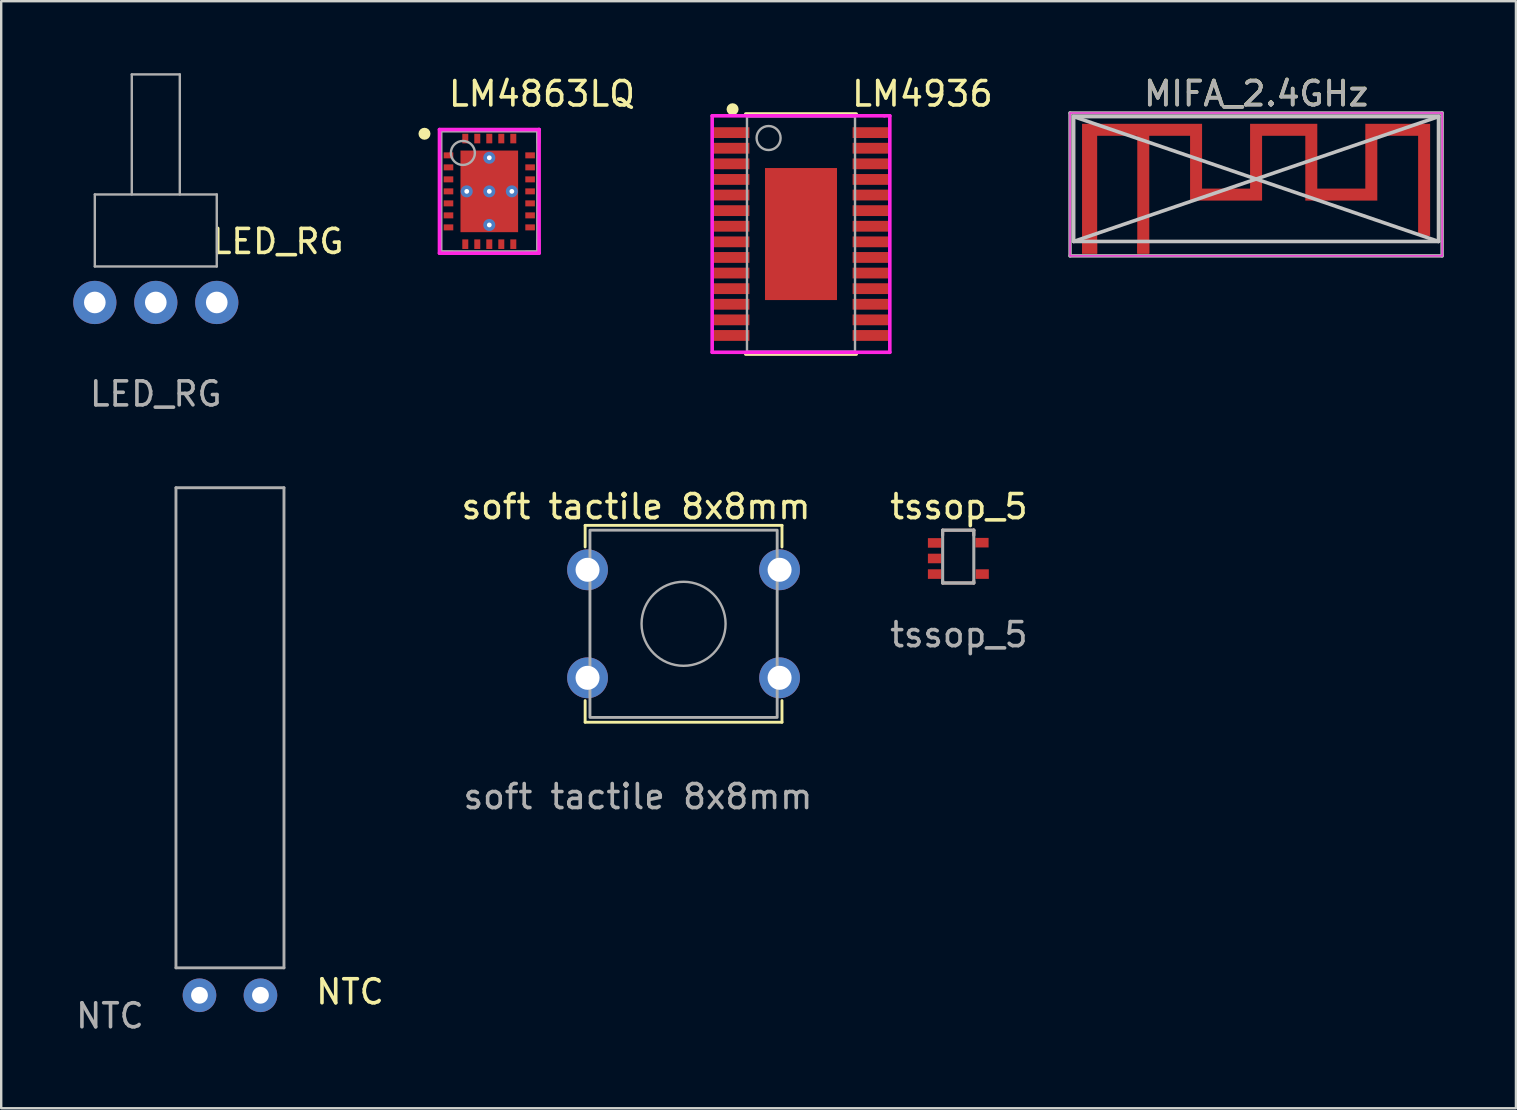
<source format=kicad_pcb>
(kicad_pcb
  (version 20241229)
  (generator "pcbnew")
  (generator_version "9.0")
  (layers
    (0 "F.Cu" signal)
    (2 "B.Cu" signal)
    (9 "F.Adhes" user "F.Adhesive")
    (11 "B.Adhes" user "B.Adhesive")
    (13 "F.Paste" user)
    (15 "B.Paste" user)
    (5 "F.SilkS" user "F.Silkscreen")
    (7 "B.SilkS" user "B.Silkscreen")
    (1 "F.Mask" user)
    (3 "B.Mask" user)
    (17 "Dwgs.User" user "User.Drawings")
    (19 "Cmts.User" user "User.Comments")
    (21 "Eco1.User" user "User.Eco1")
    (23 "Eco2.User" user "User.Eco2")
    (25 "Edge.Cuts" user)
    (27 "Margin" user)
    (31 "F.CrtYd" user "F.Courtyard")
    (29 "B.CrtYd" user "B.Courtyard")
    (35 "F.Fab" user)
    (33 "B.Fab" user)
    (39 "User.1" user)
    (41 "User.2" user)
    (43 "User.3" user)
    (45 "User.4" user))
  (footprint "LM4936"
    (layer "F.Cu")
    (at 30.318 6.7)
    (property "Reference" "LM4936" (at 2.032 -5.842 0) (layer "F.SilkS") (effects (font (size 1.016 1.016) (thickness 0.15)) (justify left)))
    (attr through_hole)
    (fp_line (start -2.3 -5) (end 2.3 -5) (stroke (width 0.15) (type solid)) (layer "F.SilkS"))
    (fp_line (start -2.3 5) (end 2.3 5) (stroke (width 0.15) (type solid)) (layer "F.SilkS"))
    (fp_circle (center -2.85 -5.2) (end -2.725 -5.2) (stroke (width 0.25) (type solid)) (fill no) (layer "F.SilkS"))
    (fp_line (start -3.7 -4.925) (end -3.7 4.925) (stroke (width 0.15) (type solid)) (layer "F.CrtYd"))
    (fp_line (start -3.7 4.925) (end 3.7 4.925) (stroke (width 0.15) (type solid)) (layer "F.CrtYd"))
    (fp_line (start 3.475 -4.925) (end -3.7 -4.925) (stroke (width 0.15) (type solid)) (layer "F.CrtYd"))
    (fp_line (start 3.7 -4.925) (end 3.475 -4.925) (stroke (width 0.15) (type solid)) (layer "F.CrtYd"))
    (fp_line (start 3.7 4.925) (end 3.7 -4.925) (stroke (width 0.15) (type solid)) (layer "F.CrtYd"))
    (fp_line (start -2.25 -4.9) (end 2.25 -4.9) (stroke (width 0.1) (type solid)) (layer "F.Fab"))
    (fp_line (start -2.25 4.9) (end -2.25 -4.9) (stroke (width 0.1) (type solid)) (layer "F.Fab"))
    (fp_line (start -2.25 4.9) (end 2.25 4.9) (stroke (width 0.1) (type solid)) (layer "F.Fab"))
    (fp_line (start 2.25 4.9) (end 2.25 -4.9) (stroke (width 0.1) (type solid)) (layer "F.Fab"))
    (fp_circle (center -1.35 -4) (end -0.85 -4) (stroke (width 0.1) (type solid)) (fill no) (layer "F.Fab"))
    (pad "1" smd rect (at -2.9 -4.225 270) (size 0.45 1.5) (layers "F.Cu" "F.Mask" "F.Paste"))
    (pad "2" smd rect (at -2.9 -3.575 270) (size 0.45 1.5) (layers "F.Cu" "F.Mask" "F.Paste"))
    (pad "3" smd rect (at -2.9 -2.925 270) (size 0.45 1.5) (layers "F.Cu" "F.Mask" "F.Paste"))
    (pad "4" smd rect (at -2.9 -2.275 270) (size 0.45 1.5) (layers "F.Cu" "F.Mask" "F.Paste"))
    (pad "5" smd rect (at -2.9 -1.625 270) (size 0.45 1.5) (layers "F.Cu" "F.Mask" "F.Paste"))
    (pad "6" smd rect (at -2.9 -0.975 270) (size 0.45 1.5) (layers "F.Cu" "F.Mask" "F.Paste"))
    (pad "7" smd rect (at -2.9 -0.325 270) (size 0.45 1.5) (layers "F.Cu" "F.Mask" "F.Paste"))
    (pad "8" smd rect (at -2.9 0.325 270) (size 0.45 1.5) (layers "F.Cu" "F.Mask" "F.Paste"))
    (pad "9" smd rect (at -2.9 0.975 270) (size 0.45 1.5) (layers "F.Cu" "F.Mask" "F.Paste"))
    (pad "10" smd rect (at -2.9 1.625 270) (size 0.45 1.5) (layers "F.Cu" "F.Mask" "F.Paste"))
    (pad "11" smd rect (at -2.9 2.275 270) (size 0.45 1.5) (layers "F.Cu" "F.Mask" "F.Paste"))
    (pad "12" smd rect (at -2.9 2.925 270) (size 0.45 1.5) (layers "F.Cu" "F.Mask" "F.Paste"))
    (pad "13" smd rect (at -2.9 3.575 270) (size 0.45 1.5) (layers "F.Cu" "F.Mask" "F.Paste"))
    (pad "14" smd rect (at -2.9 4.225 270) (size 0.45 1.5) (layers "F.Cu" "F.Mask" "F.Paste"))
    (pad "15" smd rect (at 2.9 4.225 270) (size 0.45 1.5) (layers "F.Cu" "F.Mask" "F.Paste"))
    (pad "16" smd rect (at 2.9 3.575 270) (size 0.45 1.5) (layers "F.Cu" "F.Mask" "F.Paste"))
    (pad "17" smd rect (at 2.9 2.925 270) (size 0.45 1.5) (layers "F.Cu" "F.Mask" "F.Paste"))
    (pad "18" smd rect (at 2.9 2.275 270) (size 0.45 1.5) (layers "F.Cu" "F.Mask" "F.Paste"))
    (pad "19" smd rect (at 2.9 1.625 270) (size 0.45 1.5) (layers "F.Cu" "F.Mask" "F.Paste"))
    (pad "20" smd rect (at 2.9 0.975 270) (size 0.45 1.5) (layers "F.Cu" "F.Mask" "F.Paste"))
    (pad "21" smd rect (at 2.9 0.325 270) (size 0.45 1.5) (layers "F.Cu" "F.Mask" "F.Paste"))
    (pad "22" smd rect (at 2.9 -0.325 270) (size 0.45 1.5) (layers "F.Cu" "F.Mask" "F.Paste"))
    (pad "23" smd rect (at 2.9 -0.975 270) (size 0.45 1.5) (layers "F.Cu" "F.Mask" "F.Paste"))
    (pad "24" smd rect (at 2.9 -1.625 90) (size 0.45 1.5) (layers "F.Cu" "F.Mask" "F.Paste"))
    (pad "25" smd rect (at 2.9 -2.275 270) (size 0.45 1.5) (layers "F.Cu" "F.Mask" "F.Paste"))
    (pad "26" smd rect (at 2.9 -2.925 270) (size 0.45 1.5) (layers "F.Cu" "F.Mask" "F.Paste"))
    (pad "27" smd rect (at 2.9 -3.575 270) (size 0.45 1.5) (layers "F.Cu" "F.Mask" "F.Paste"))
    (pad "28" smd rect (at 2.9 -4.225 270) (size 0.45 1.5) (layers "F.Cu" "F.Mask" "F.Paste"))
    (pad "29" smd rect (at 0 0) (size 3 5.5) (layers "F.Cu" "F.Mask" "F.Paste")))
  (footprint "NTC"
    (layer "F.Cu")
    (at 6.53 37.268)
    (property "Reference" "NTC" (at 5 1 0) (unlocked yes) (layer "F.SilkS") (effects (font (size 1 1) (thickness 0.15))))
    (attr smd)
    (fp_line (start -2.25 -20) (end 2.25 -20) (stroke (width 0.12) (type solid)) (layer "F.Fab"))
    (fp_line (start -2.25 0) (end -2.25 -20) (stroke (width 0.12) (type solid)) (layer "F.Fab"))
    (fp_line (start -2.25 0) (end 2.25 0) (stroke (width 0.12) (type solid)) (layer "F.Fab"))
    (fp_line (start 2.25 0) (end 2.25 -20) (stroke (width 0.12) (type solid)) (layer "F.Fab"))
    (fp_text user "${REFERENCE}" (at -5 2 0) (unlocked yes) (layer "F.Fab") (effects (font (size 1 1) (thickness 0.15))))
    (pad "1" thru_hole circle (at -1.27 1.143) (size 1.4 1.4) (drill 0.7) (layers "*.Cu" "*.Mask"))
    (pad "2" thru_hole circle (at 1.27 1.143) (size 1.4 1.4) (drill 0.7) (layers "*.Cu" "*.Mask")))
  (footprint "MIFA_2.4GHz"
    (layer "F.Cu")
    (at 44.726 7.258)
    (property "Reference" "MIFA_2.4GHz" (at 4.55 -6.41 0) (layer "F.SilkS") (effects (font (size 1 1) (thickness 0.15))))
    (attr exclude_from_pos_files exclude_from_bom)
    (fp_poly (pts (xy 2.3 -2.45) (xy 4.3 -2.45) (xy 4.3 -5.15) (xy 7.1 -5.15) (xy 7.1 -2.45) (xy 9.1 -2.45) (xy 9.1 -5.15) (xy 11.8 -5.15) (xy 11.8 -0.48) (xy 11.3 -0.48) (xy 11.3 -4.65) (xy 9.6 -4.65) (xy 9.6 -1.95) (xy 6.6 -1.95) (xy 6.6 -4.65) (xy 4.8 -4.65) (xy 4.8 -1.95) (xy 1.8 -1.95) (xy 1.8 -4.65) (xy 0.1 -4.65) (xy 0.1 0.26) (xy -0.4 0.26) (xy -0.4 -4.65) (xy -2.07 -4.65) (xy -2.07 0.26) (xy -2.7 0.26) (xy -2.7 0.007) (xy -2.398 0.007) (xy -2.388 0.054) (xy -2.364 0.097) (xy -2.326 0.13) (xy -2.318 0.134) (xy -2.275 0.146) (xy -2.227 0.145) (xy -2.181 0.132) (xy -2.163 0.122) (xy -2.129 0.087) (xy -2.108 0.041) (xy -2.102 -0.008) (xy -2.11 -0.056) (xy -2.127 -0.089) (xy -2.162 -0.121) (xy -2.208 -0.141) (xy -2.257 -0.148) (xy -2.305 -0.14) (xy -2.338 -0.123) (xy -2.373 -0.086) (xy -2.393 -0.042) (xy -2.398 0.007) (xy -2.7 0.028) (xy -2.7 -5.15) (xy 2.3 -5.15) (xy 2.3 -2.51)) (stroke (width 0) (type solid)) (fill yes) (layer "F.Cu"))
    (fp_line (start -3.05 -5.45) (end 12.15 -5.45) (stroke (width 0.15) (type solid)) (layer "Dwgs.User"))
    (fp_line (start -3.05 -5.45) (end 12.15 -0.25) (stroke (width 0.15) (type solid)) (layer "Dwgs.User"))
    (fp_line (start -3.05 -0.25) (end -3.05 -5.45) (stroke (width 0.15) (type solid)) (layer "Dwgs.User"))
    (fp_line (start -3.05 -0.25) (end 12.15 -5.45) (stroke (width 0.15) (type solid)) (layer "Dwgs.User"))
    (fp_line (start -3.05 -0.25) (end 12.15 -0.25) (stroke (width 0.15) (type solid)) (layer "Dwgs.User"))
    (fp_line (start 12.15 -0.25) (end 12.15 -5.45) (stroke (width 0.15) (type solid)) (layer "Dwgs.User"))
    (fp_line (start -3.2 -5.6) (end 12.3 -5.6) (stroke (width 0.05) (type solid)) (layer "F.CrtYd"))
    (fp_line (start -3.2 0.35) (end -3.2 -5.6) (stroke (width 0.05) (type solid)) (layer "F.CrtYd"))
    (fp_line (start 12.3 -5.6) (end 12.3 0.35) (stroke (width 0.05) (type solid)) (layer "F.CrtYd"))
    (fp_line (start 12.3 0.35) (end -3.2 0.35) (stroke (width 0.05) (type solid)) (layer "F.CrtYd"))
    (fp_line (start -3.2 -5.6) (end 12.3 -5.6) (stroke (width 0.15) (type solid)) (layer "F.Fab"))
    (fp_line (start -3.2 0.35) (end -3.2 -5.6) (stroke (width 0.15) (type solid)) (layer "F.Fab"))
    (fp_line (start 12.3 -5.6) (end 12.3 0.35) (stroke (width 0.15) (type solid)) (layer "F.Fab"))
    (fp_line (start 12.3 0.35) (end -3.2 0.35) (stroke (width 0.15) (type solid)) (layer "F.Fab"))
    (fp_text user "${REFERENCE}" (at 4.55 -6.4 0) (layer "F.Fab") (effects (font (size 1 1) (thickness 0.15))))
    (pad "1" connect rect (at -0.15 0.01) (size 0.5 0.5) (layers "F.Cu"))
    (pad "2" smd rect (at -2.385 0.01) (size 0.63 0.5) (layers "F.Cu" "F.Mask")))
  (footprint "tssop_5"
    (layer "F.Cu")
    (at 36.895 20.215)
    (property "Reference" "tssop_5" (at 0 -2.159 0) (unlocked yes) (layer "F.SilkS") (effects (font (size 1 1) (thickness 0.15))))
    (attr smd)
    (fp_line (start -0.676 -1.179) (end 0.612 -1.179) (stroke (width 0.127) (type solid)) (layer "B.SilkS"))
    (fp_line (start -0.676 -0.968) (end -0.676 -1.179) (stroke (width 0.127) (type solid)) (layer "B.SilkS"))
    (fp_line (start -0.676 0.919) (end -0.676 1.021) (stroke (width 0.127) (type solid)) (layer "B.SilkS"))
    (fp_line (start -0.676 1.021) (end 0.622 1.021) (stroke (width 0.127) (type solid)) (layer "B.SilkS"))
    (fp_line (start 0.612 -1.179) (end 0.622 -1.179) (stroke (width 0.127) (type solid)) (layer "B.SilkS"))
    (fp_line (start 0.622 -1.179) (end 0.622 -0.968) (stroke (width 0.127) (type solid)) (layer "B.SilkS"))
    (fp_line (start 0.622 1.021) (end 0.622 0.94) (stroke (width 0.127) (type solid)) (layer "B.SilkS"))
    (fp_line (start -0.676 -1.179) (end -0.676 1.021) (stroke (width 0.127) (type solid)) (layer "F.Fab"))
    (fp_line (start -0.676 1.021) (end 0.622 1.021) (stroke (width 0.127) (type solid)) (layer "F.Fab"))
    (fp_line (start 0.622 -1.179) (end -0.676 -1.179) (stroke (width 0.127) (type solid)) (layer "F.Fab"))
    (fp_line (start 0.622 1.021) (end 0.622 -1.179) (stroke (width 0.127) (type solid)) (layer "F.Fab"))
    (fp_text user "${REFERENCE}" (at 0 3.175 0) (unlocked yes) (layer "F.Fab") (effects (font (size 1 1) (thickness 0.15))))
    (pad "1" smd rect (at -1.016 -0.648 90) (size 0.399 0.549) (layers "F.Cu" "F.Mask" "F.Paste"))
    (pad "2" smd rect (at -1.016 0 90) (size 0.399 0.549) (layers "F.Cu" "F.Mask" "F.Paste"))
    (pad "3" smd rect (at -1.016 0.65 90) (size 0.399 0.549) (layers "F.Cu" "F.Mask" "F.Paste"))
    (pad "4" smd rect (at 0.973 0.65 90) (size 0.399 0.549) (layers "F.Cu" "F.Mask" "F.Paste"))
    (pad "5" smd rect (at 0.963 -0.658 90) (size 0.399 0.549) (layers "F.Cu" "F.Mask" "F.Paste")))
  (footprint "LED_RG"
    (layer "F.Cu")
    (at 3.44 9.55)
    (property "Reference" "LED_RG" (at 5.08 -2.54 0) (unlocked yes) (layer "F.SilkS") (effects (font (size 1 1) (thickness 0.15))))
    (attr smd)
    (fp_line (start -2.54 -4.5) (end 2.54 -4.5) (stroke (width 0.1) (type solid)) (layer "F.Fab"))
    (fp_line (start -2.54 -1.5) (end -2.54 -4.5) (stroke (width 0.1) (type solid)) (layer "F.Fab"))
    (fp_line (start -1 -9.5) (end 1 -9.5) (stroke (width 0.1) (type solid)) (layer "F.Fab"))
    (fp_line (start -1 -4.5) (end -1 -9.5) (stroke (width 0.1) (type solid)) (layer "F.Fab"))
    (fp_line (start 1 -4.5) (end 1 -9.5) (stroke (width 0.1) (type solid)) (layer "F.Fab"))
    (fp_line (start 2.54 -1.5) (end -2.54 -1.5) (stroke (width 0.1) (type solid)) (layer "F.Fab"))
    (fp_line (start 2.54 -1.5) (end 2.54 -4.5) (stroke (width 0.1) (type solid)) (layer "F.Fab"))
    (fp_text user "${REFERENCE}" (at 0 3.81 0) (unlocked yes) (layer "F.Fab") (effects (font (size 1 1) (thickness 0.15))))
    (pad "1" thru_hole circle (at 2.54 0) (size 1.8 1.8) (drill 0.9) (layers "*.Cu" "*.Mask"))
    (pad "2" thru_hole circle (at 0 0) (size 1.8 1.8) (drill 0.9) (layers "*.Cu" "*.Mask"))
    (pad "3" thru_hole circle (at -2.54 0) (size 1.8 1.8) (drill 0.9) (layers "*.Cu" "*.Mask")))
  (footprint "soft tactile 8x8mm"
    (layer "F.Cu")
    (at 25.426 22.936)
    (property "Reference" "soft tactile 8x8mm" (at -1.98 -4.88 0) (unlocked yes) (layer "F.SilkS") (effects (font (size 1 1) (thickness 0.15))))
    (attr smd)
    (fp_line (start -4.1 -4.1) (end 4.1 -4.1) (stroke (width 0.12) (type solid)) (layer "F.SilkS"))
    (fp_line (start -4.1 -3.2) (end -4.1 -4.1) (stroke (width 0.12) (type solid)) (layer "F.SilkS"))
    (fp_line (start -4.1 3.2) (end -4.1 4.1) (stroke (width 0.12) (type solid)) (layer "F.SilkS"))
    (fp_line (start -4.1 4.1) (end 4.1 4.1) (stroke (width 0.12) (type solid)) (layer "F.SilkS"))
    (fp_line (start 4.1 -4.1) (end 4.1 -3.2) (stroke (width 0.12) (type solid)) (layer "F.SilkS"))
    (fp_line (start 4.1 4.1) (end 4.1 3.2) (stroke (width 0.12) (type solid)) (layer "F.SilkS"))
    (fp_rect (start -3.9 -3.9) (end 3.9 3.9) (stroke (width 0.12) (type solid)) (fill no) (layer "F.Fab"))
    (fp_circle (center 0 0) (end 1.75 0) (stroke (width 0.1) (type solid)) (fill no) (layer "F.Fab"))
    (fp_text user "${REFERENCE}" (at -1.9 7.2 0) (unlocked yes) (layer "F.Fab") (effects (font (size 1 1) (thickness 0.15))))
    (pad "1" thru_hole circle (at -4 -2.25 270) (size 1.7 1.7) (drill 1) (layers "*.Cu" "*.Mask"))
    (pad "2" thru_hole circle (at 4 -2.25 180) (size 1.7 1.7) (drill 1) (layers "*.Cu" "*.Mask"))
    (pad "3" thru_hole circle (at -4 2.25 180) (size 1.7 1.7) (drill 1) (layers "*.Cu" "*.Mask"))
    (pad "4" thru_hole circle (at 4 2.25 180) (size 1.7 1.7) (drill 1) (layers "*.Cu" "*.Mask")))
  (footprint "LM4863LQ"
    (layer "F.Cu")
    (at 17.333 4.922)
    (property "Reference" "LM4863LQ" (at -1.778 -4.064 0) (layer "F.SilkS") (effects (font (size 1.016 1.016) (thickness 0.15)) (justify left)))
    (attr through_hole)
    (fp_line (start -2.05 -2.55) (end -1.525 -2.55) (stroke (width 0.15) (type solid)) (layer "F.SilkS"))
    (fp_line (start -2.05 -2.025) (end -2.05 -2.55) (stroke (width 0.15) (type solid)) (layer "F.SilkS"))
    (fp_line (start -2.05 2.55) (end -2.05 2.025) (stroke (width 0.15) (type solid)) (layer "F.SilkS"))
    (fp_line (start -2.05 2.55) (end -1.525 2.55) (stroke (width 0.15) (type solid)) (layer "F.SilkS"))
    (fp_line (start 1.525 -2.55) (end 2.05 -2.55) (stroke (width 0.15) (type solid)) (layer "F.SilkS"))
    (fp_line (start 1.525 2.55) (end 2.05 2.55) (stroke (width 0.15) (type solid)) (layer "F.SilkS"))
    (fp_line (start 2.05 -2.025) (end 2.05 -2.55) (stroke (width 0.15) (type solid)) (layer "F.SilkS"))
    (fp_line (start 2.05 2.55) (end 2.05 2.025) (stroke (width 0.15) (type solid)) (layer "F.SilkS"))
    (fp_circle (center -2.7 -2.4) (end -2.575 -2.4) (stroke (width 0.25) (type solid)) (fill no) (layer "F.SilkS"))
    (fp_poly (pts (xy -1.165 -1.568) (xy -0.1 -1.568) (xy -0.1 -0.1) (xy -1.165 -0.1)) (stroke (width 0) (type solid)) (fill yes) (layer "F.Paste"))
    (fp_poly (pts (xy -1.165 0.1) (xy -0.1 0.1) (xy -0.1 1.568) (xy -1.165 1.568)) (stroke (width 0) (type solid)) (fill yes) (layer "F.Paste"))
    (fp_poly (pts (xy 0.1 -1.568) (xy 1.165 -1.568) (xy 1.165 -0.1) (xy 0.1 -0.1)) (stroke (width 0) (type solid)) (fill yes) (layer "F.Paste"))
    (fp_poly (pts (xy 0.1 0.1) (xy 1.165 0.1) (xy 1.165 1.568) (xy 0.1 1.568)) (stroke (width 0) (type solid)) (fill yes) (layer "F.Paste"))
    (fp_poly (pts (xy 0.4 0.804) (xy 0.4 -0.804) (xy 0.4 -0.812) (xy 0.399 -0.819) (xy 0.397 -0.826) (xy 0.395 -0.834) (xy 0.393 -0.841) (xy 0.39 -0.848) (xy 0.386 -0.854) (xy 0.382 -0.86) (xy 0.377 -0.866) (xy 0.372 -0.872) (xy 0.366 -0.877) (xy 0.36 -0.882) (xy 0.354 -0.886) (xy 0.348 -0.89) (xy 0.341 -0.893) (xy 0.334 -0.895) (xy 0.326 -0.897) (xy 0.319 -0.899) (xy 0.312 -0.9) (xy 0.304 -0.9) (xy -0.304 -0.9) (xy -0.312 -0.9) (xy -0.319 -0.899) (xy -0.326 -0.897) (xy -0.334 -0.895) (xy -0.341 -0.893) (xy -0.348 -0.89) (xy -0.354 -0.886) (xy -0.36 -0.882) (xy -0.366 -0.877) (xy -0.372 -0.872) (xy -0.377 -0.866) (xy -0.382 -0.86) (xy -0.386 -0.854) (xy -0.39 -0.848) (xy -0.393 -0.841) (xy -0.395 -0.834) (xy -0.397 -0.826) (xy -0.399 -0.819) (xy -0.4 -0.812) (xy -0.4 -0.804) (xy -0.4 0.804) (xy -0.4 0.812) (xy -0.399 0.819) (xy -0.397 0.826) (xy -0.395 0.834) (xy -0.393 0.841) (xy -0.39 0.848) (xy -0.386 0.854) (xy -0.382 0.86) (xy -0.377 0.866) (xy -0.372 0.872) (xy -0.366 0.877) (xy -0.36 0.882) (xy -0.354 0.886) (xy -0.348 0.89) (xy -0.341 0.893) (xy -0.334 0.895) (xy -0.326 0.897) (xy -0.319 0.899) (xy -0.312 0.9) (xy -0.304 0.9) (xy 0.304 0.9) (xy 0.312 0.9) (xy 0.319 0.899) (xy 0.326 0.897) (xy 0.334 0.895) (xy 0.341 0.893) (xy 0.347 0.89) (xy 0.354 0.886) (xy 0.36 0.882) (xy 0.366 0.877) (xy 0.372 0.872) (xy 0.377 0.867) (xy 0.381 0.861) (xy 0.386 0.854) (xy 0.389 0.848) (xy 0.393 0.841) (xy 0.395 0.834) (xy 0.397 0.827) (xy 0.399 0.819) (xy 0.4 0.812) (xy 0.4 0.804)) (stroke (width 0) (type solid)) (fill yes) (layer "F.Paste"))
    (fp_line (start -2.075 -2.575) (end -2.075 2.575) (stroke (width 0.15) (type solid)) (layer "F.CrtYd"))
    (fp_line (start -2.075 2.575) (end 2.075 2.575) (stroke (width 0.15) (type solid)) (layer "F.CrtYd"))
    (fp_line (start 2.075 -2.575) (end -2.075 -2.575) (stroke (width 0.15) (type solid)) (layer "F.CrtYd"))
    (fp_line (start 2.075 -2.575) (end 2.075 -2.575) (stroke (width 0.15) (type solid)) (layer "F.CrtYd"))
    (fp_line (start 2.075 2.575) (end 2.075 -2.575) (stroke (width 0.15) (type solid)) (layer "F.CrtYd"))
    (fp_line (start -2 -2.5) (end 2 -2.5) (stroke (width 0.1) (type solid)) (layer "F.Fab"))
    (fp_line (start -2 2.5) (end -2 -2.5) (stroke (width 0.1) (type solid)) (layer "F.Fab"))
    (fp_line (start -2 2.5) (end 2 2.5) (stroke (width 0.1) (type solid)) (layer "F.Fab"))
    (fp_line (start 2 2.5) (end 2 -2.5) (stroke (width 0.1) (type solid)) (layer "F.Fab"))
    (fp_circle (center -1.1 -1.6) (end -0.6 -1.6) (stroke (width 0.1) (type solid)) (fill no) (layer "F.Fab"))
    (pad "1" smd rect (at -1.7 -1.5 270) (size 0.25 0.4) (layers "F.Cu" "F.Mask" "F.Paste"))
    (pad "2" smd rect (at -1.7 -1 270) (size 0.25 0.4) (layers "F.Cu" "F.Mask" "F.Paste"))
    (pad "3" smd rect (at -1.7 -0.5 270) (size 0.25 0.4) (layers "F.Cu" "F.Mask" "F.Paste"))
    (pad "4" smd rect (at -1.7 -0.000001 270) (size 0.25 0.4) (layers "F.Cu" "F.Mask" "F.Paste"))
    (pad "5" smd rect (at -1.7 0.5 270) (size 0.25 0.4) (layers "F.Cu" "F.Mask" "F.Paste"))
    (pad "6" smd rect (at -1.7 1 270) (size 0.25 0.4) (layers "F.Cu" "F.Mask" "F.Paste"))
    (pad "7" smd rect (at -1.7 1.5 270) (size 0.25 0.4) (layers "F.Cu" "F.Mask" "F.Paste"))
    (pad "8" smd rect (at -1 2.2) (size 0.25 0.4) (layers "F.Cu" "F.Mask" "F.Paste"))
    (pad "9" smd rect (at -0.5 2.2) (size 0.25 0.4) (layers "F.Cu" "F.Mask" "F.Paste"))
    (pad "10" smd rect (at 0.000001 2.2) (size 0.25 0.4) (layers "F.Cu" "F.Mask" "F.Paste"))
    (pad "11" smd rect (at 0.5 2.2) (size 0.25 0.4) (layers "F.Cu" "F.Mask" "F.Paste"))
    (pad "12" smd rect (at 1 2.2) (size 0.25 0.4) (layers "F.Cu" "F.Mask" "F.Paste"))
    (pad "13" smd rect (at 1.7 1.5 270) (size 0.25 0.4) (layers "F.Cu" "F.Mask" "F.Paste"))
    (pad "14" smd rect (at 1.7 1 270) (size 0.25 0.4) (layers "F.Cu" "F.Mask" "F.Paste"))
    (pad "15" smd rect (at 1.7 0.5 270) (size 0.25 0.4) (layers "F.Cu" "F.Mask" "F.Paste"))
    (pad "16" smd rect (at 1.7 -0.000001 270) (size 0.25 0.4) (layers "F.Cu" "F.Mask" "F.Paste"))
    (pad "17" smd rect (at 1.7 -0.5 270) (size 0.25 0.4) (layers "F.Cu" "F.Mask" "F.Paste"))
    (pad "18" smd rect (at 1.7 -1 270) (size 0.25 0.4) (layers "F.Cu" "F.Mask" "F.Paste"))
    (pad "19" smd rect (at 1.7 -1.5 270) (size 0.25 0.4) (layers "F.Cu" "F.Mask" "F.Paste"))
    (pad "20" smd rect (at 1 -2.2) (size 0.25 0.4) (layers "F.Cu" "F.Mask" "F.Paste"))
    (pad "21" smd rect (at 0.5 -2.2) (size 0.25 0.4) (layers "F.Cu" "F.Mask" "F.Paste"))
    (pad "22" smd rect (at 0.000001 -2.2) (size 0.25 0.4) (layers "F.Cu" "F.Mask" "F.Paste"))
    (pad "23" smd rect (at -0.5 -2.2) (size 0.25 0.4) (layers "F.Cu" "F.Mask" "F.Paste"))
    (pad "24" smd rect (at -1 -2.2) (size 0.25 0.4) (layers "F.Cu" "F.Mask" "F.Paste"))
    (pad "25" smd rect (at 0 0.000001) (size 2.4 3.4) (layers "F.Cu" "F.Mask"))
    (pad "~" thru_hole circle (at -0.94 0) (size 0.5 0.5) (drill 0.2) (layers "*.Cu"))
    (pad "~" thru_hole circle (at 0 -1.4) (size 0.5 0.5) (drill 0.2) (layers "*.Cu"))
    (pad "~" thru_hole circle (at 0 0) (size 0.5 0.5) (drill 0.2) (layers "*.Cu"))
    (pad "~" thru_hole circle (at 0 1.4) (size 0.5 0.5) (drill 0.2) (layers "*.Cu"))
    (pad "~" thru_hole circle (at 0.94 0) (size 0.5 0.5) (drill 0.2) (layers "*.Cu")))
  (gr_rect
    (start -3 -3)
    (end 60.101 43.117)
    (stroke (width 0.1) (type default))
    (fill no)
    (layer "Edge.Cuts")))
</source>
